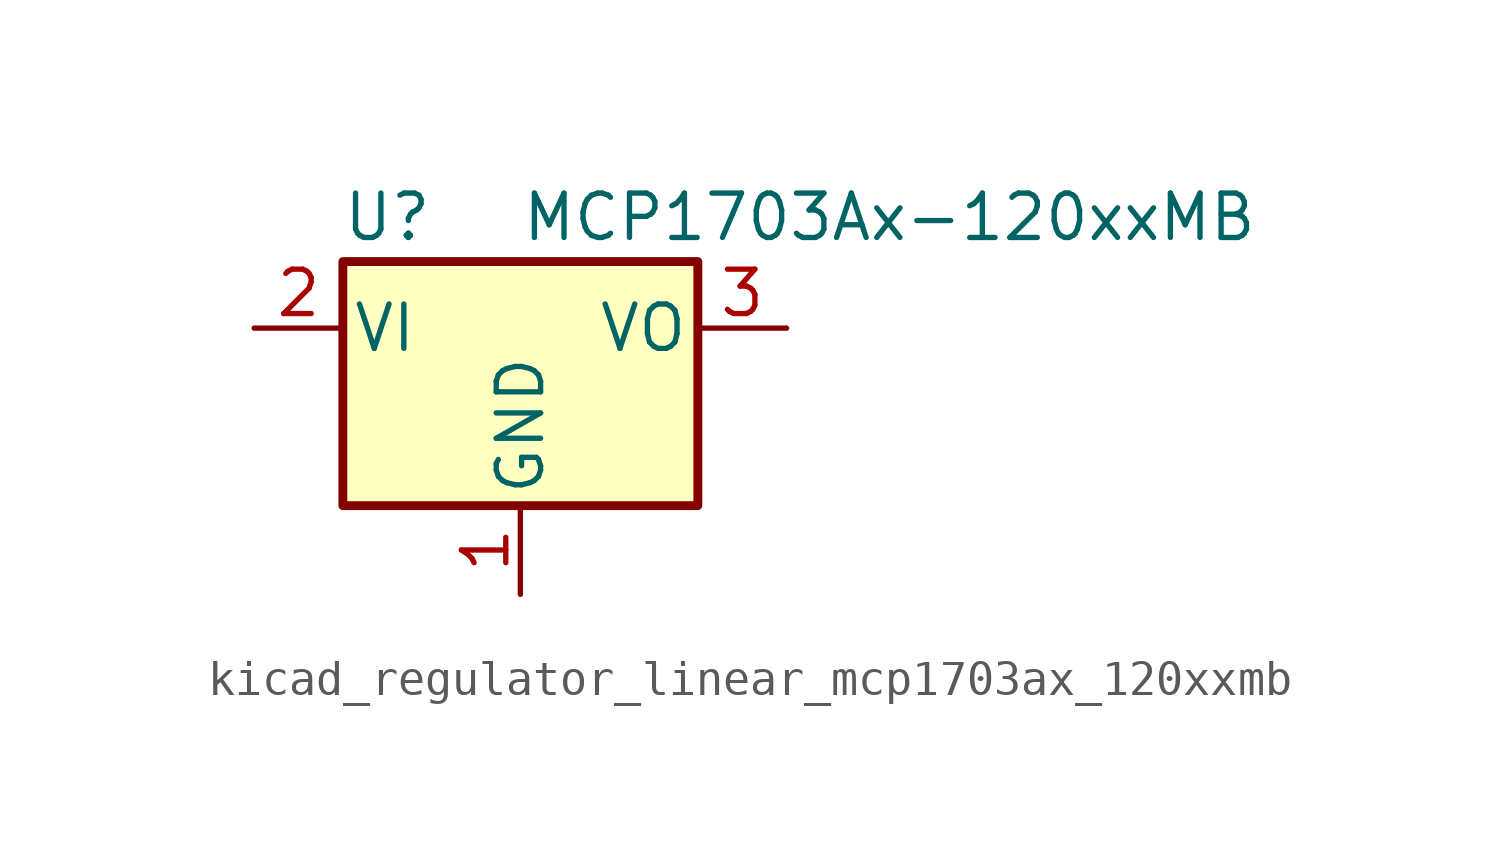
<source format=kicad_sym>
(kicad_symbol_lib
  (version 20220914)
  (generator kicad_symbol_editor)
  (symbol "kicad_regulator_linear_mcp1703ax_120xxmb"
    (pin_names
      (offset 0.254))
    (property "Reference" "U"
      (at -3.81 3.175 0)
      (effects (font (size 1.27 1.27))))
    (property "Value" "MCP1703Ax-120xxMB"
      (at 0 3.175 0)
      (effects (font (size 1.27 1.27)) (justify left)))
    (symbol "kicad_regulator_linear_mcp1703ax_120xxmb_0_1"
      (rectangle (start -5.08 -5.08) (end 5.08 1.905) (stroke (width 0.254) (type default)) (fill (type background))))
    (symbol "kicad_regulator_linear_mcp1703ax_120xxmb_1_1"
      (pin power_in line (at 0 -7.62 90) (length 2.54) (name "GND" (effects (font (size 1.27 1.27)))) (number "1" (effects (font (size 1.27 1.27)))))
      (pin power_in line (at -7.62 0 0) (length 2.54) (name "VI" (effects (font (size 1.27 1.27)))) (number "2" (effects (font (size 1.27 1.27)))))
      (pin power_out line (at 7.62 0 180) (length 2.54) (name "VO" (effects (font (size 1.27 1.27)))) (number "3" (effects (font (size 1.27 1.27))))))))
</source>
